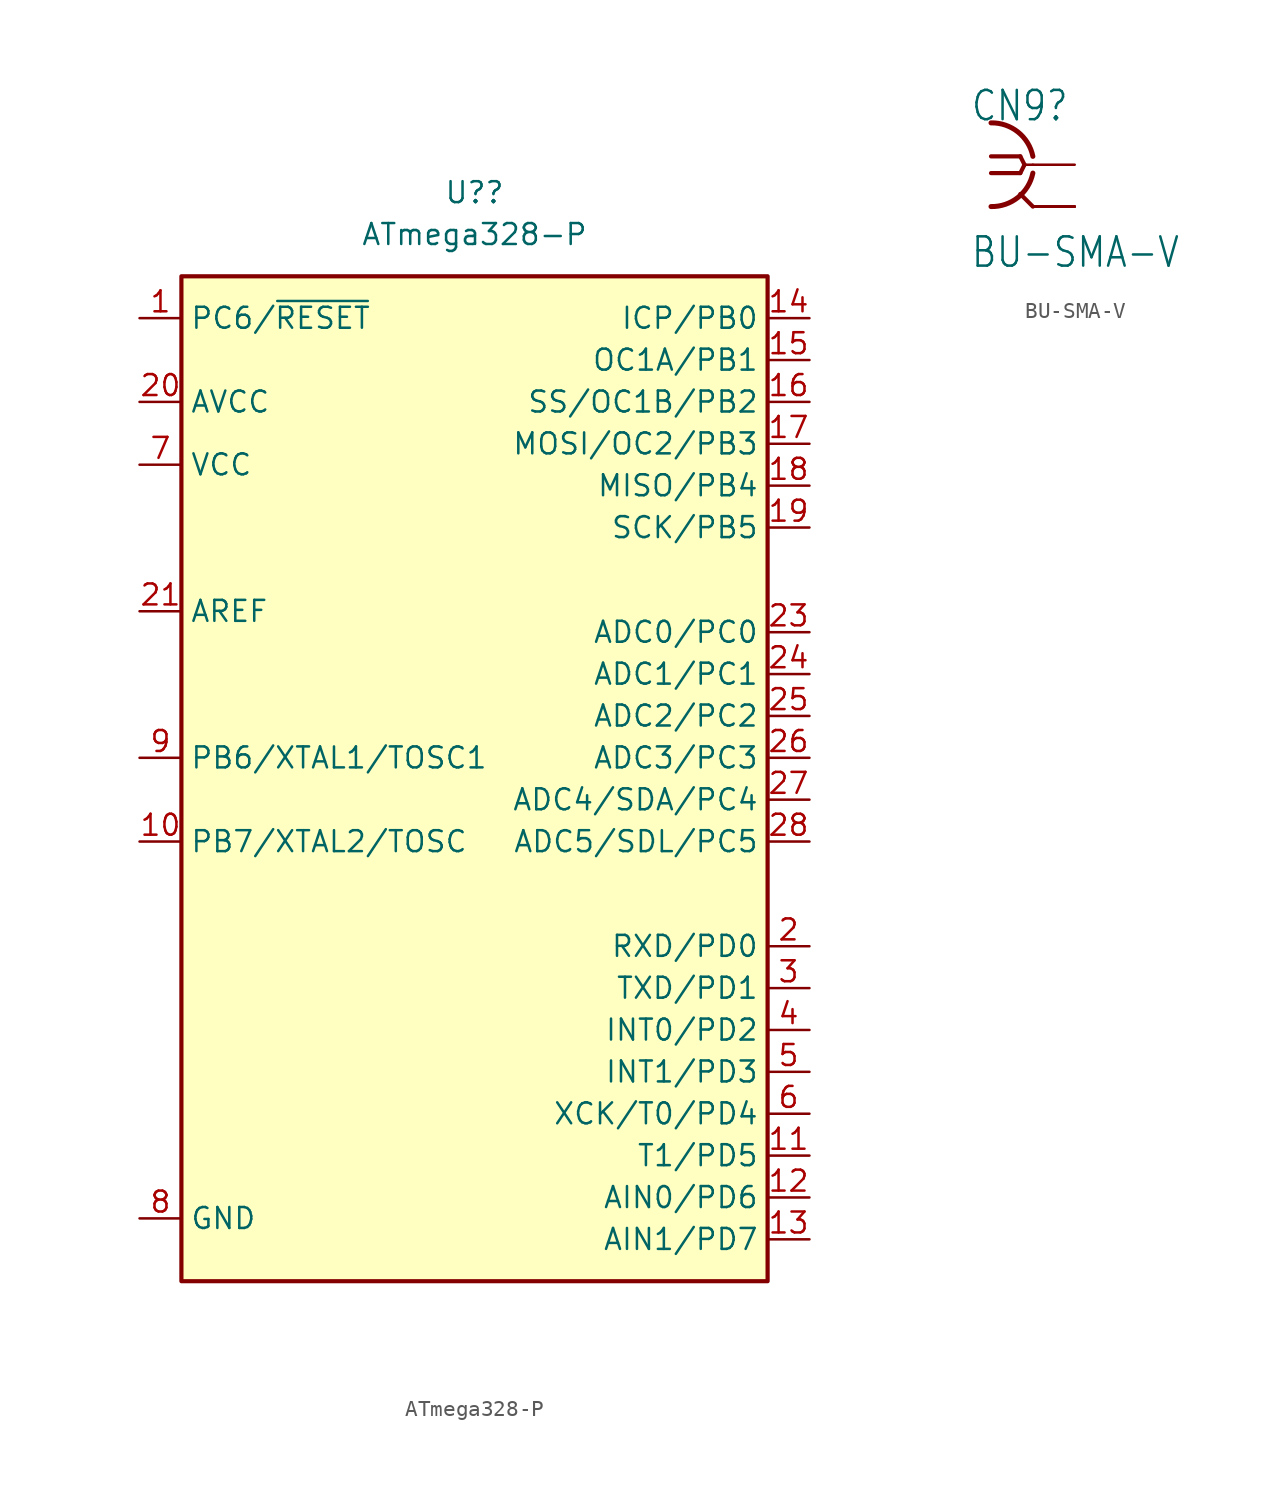
<source format=kicad_sym>
(kicad_symbol_lib
  (version 20211014)
  (generator kicad_symbol_editor)
  (symbol "ATmega328-P"
    (property "Reference" "U?"
      (at 0 35.56 0)
      (effects (font (size 1.27 1.27))))
    (property "Value" "ATmega328-P"
      (at 0 33.02 0)
      (effects (font (size 1.27 1.27))))
    (symbol "ATmega328-P_0_1"
      (rectangle (start -17.78 30.48) (end 17.78 -30.48) (stroke (width 0.254) (type default) (color 0 0 0 0)) (fill (type background))))
    (symbol "ATmega328-P_1_1"
      (pin bidirectional line (at -20.32 27.94 0) (length 2.54) (name "PC6/~{RESET}" (effects (font (size 1.27 1.27)))) (number "1" (effects (font (size 1.27 1.27)))))
      (pin bidirectional line (at -20.32 -3.81 0) (length 2.54) (name "PB7/XTAL2/TOSC" (effects (font (size 1.27 1.27)))) (number "10" (effects (font (size 1.27 1.27)))))
      (pin bidirectional line (at 20.32 -22.86 180) (length 2.54) (name "T1/PD5" (effects (font (size 1.27 1.27)))) (number "11" (effects (font (size 1.27 1.27)))))
      (pin bidirectional line (at 20.32 -25.4 180) (length 2.54) (name "AIN0/PD6" (effects (font (size 1.27 1.27)))) (number "12" (effects (font (size 1.27 1.27)))))
      (pin bidirectional line (at 20.32 -27.94 180) (length 2.54) (name "AIN1/PD7" (effects (font (size 1.27 1.27)))) (number "13" (effects (font (size 1.27 1.27)))))
      (pin bidirectional line (at 20.32 27.94 180) (length 2.54) (name "ICP/PB0" (effects (font (size 1.27 1.27)))) (number "14" (effects (font (size 1.27 1.27)))))
      (pin bidirectional line (at 20.32 25.4 180) (length 2.54) (name "OC1A/PB1" (effects (font (size 1.27 1.27)))) (number "15" (effects (font (size 1.27 1.27)))))
      (pin bidirectional line (at 20.32 22.86 180) (length 2.54) (name "SS/OC1B/PB2" (effects (font (size 1.27 1.27)))) (number "16" (effects (font (size 1.27 1.27)))))
      (pin bidirectional line (at 20.32 20.32 180) (length 2.54) (name "MOSI/OC2/PB3" (effects (font (size 1.27 1.27)))) (number "17" (effects (font (size 1.27 1.27)))))
      (pin bidirectional line (at 20.32 17.78 180) (length 2.54) (name "MISO/PB4" (effects (font (size 1.27 1.27)))) (number "18" (effects (font (size 1.27 1.27)))))
      (pin bidirectional line (at 20.32 15.24 180) (length 2.54) (name "SCK/PB5" (effects (font (size 1.27 1.27)))) (number "19" (effects (font (size 1.27 1.27)))))
      (pin bidirectional line (at 20.32 -10.16 180) (length 2.54) (name "RXD/PD0" (effects (font (size 1.27 1.27)))) (number "2" (effects (font (size 1.27 1.27)))))
      (pin power_in line (at -20.32 22.86 0) (length 2.54) (name "AVCC" (effects (font (size 1.27 1.27)))) (number "20" (effects (font (size 1.27 1.27)))))
      (pin passive line (at -20.32 10.16 0) (length 2.54) (name "AREF" (effects (font (size 1.27 1.27)))) (number "21" (effects (font (size 1.27 1.27)))))
      (pin passive line (at -20.32 -26.67 0) (length 2.54) hide (name "GND" (effects (font (size 1.27 1.27)))) (number "22" (effects (font (size 1.27 1.27)))))
      (pin bidirectional line (at 20.32 8.89 180) (length 2.54) (name "ADC0/PC0" (effects (font (size 1.27 1.27)))) (number "23" (effects (font (size 1.27 1.27)))))
      (pin bidirectional line (at 20.32 6.35 180) (length 2.54) (name "ADC1/PC1" (effects (font (size 1.27 1.27)))) (number "24" (effects (font (size 1.27 1.27)))))
      (pin bidirectional line (at 20.32 3.81 180) (length 2.54) (name "ADC2/PC2" (effects (font (size 1.27 1.27)))) (number "25" (effects (font (size 1.27 1.27)))))
      (pin bidirectional line (at 20.32 1.27 180) (length 2.54) (name "ADC3/PC3" (effects (font (size 1.27 1.27)))) (number "26" (effects (font (size 1.27 1.27)))))
      (pin bidirectional line (at 20.32 -1.27 180) (length 2.54) (name "ADC4/SDA/PC4" (effects (font (size 1.27 1.27)))) (number "27" (effects (font (size 1.27 1.27)))))
      (pin bidirectional line (at 20.32 -3.81 180) (length 2.54) (name "ADC5/SDL/PC5" (effects (font (size 1.27 1.27)))) (number "28" (effects (font (size 1.27 1.27)))))
      (pin bidirectional line (at 20.32 -12.7 180) (length 2.54) (name "TXD/PD1" (effects (font (size 1.27 1.27)))) (number "3" (effects (font (size 1.27 1.27)))))
      (pin bidirectional line (at 20.32 -15.24 180) (length 2.54) (name "INT0/PD2" (effects (font (size 1.27 1.27)))) (number "4" (effects (font (size 1.27 1.27)))))
      (pin bidirectional line (at 20.32 -17.78 180) (length 2.54) (name "INT1/PD3" (effects (font (size 1.27 1.27)))) (number "5" (effects (font (size 1.27 1.27)))))
      (pin bidirectional line (at 20.32 -20.32 180) (length 2.54) (name "XCK/T0/PD4" (effects (font (size 1.27 1.27)))) (number "6" (effects (font (size 1.27 1.27)))))
      (pin power_in line (at -20.32 19.05 0) (length 2.54) (name "VCC" (effects (font (size 1.27 1.27)))) (number "7" (effects (font (size 1.27 1.27)))))
      (pin power_in line (at -20.32 -26.67 0) (length 2.54) (name "GND" (effects (font (size 1.27 1.27)))) (number "8" (effects (font (size 1.27 1.27)))))
      (pin bidirectional line (at -20.32 1.27 0) (length 2.54) (name "PB6/XTAL1/TOSC1" (effects (font (size 1.27 1.27)))) (number "9" (effects (font (size 1.27 1.27)))))))
  (symbol "BU-SMA-V"
    (property "Reference" "CN9"
      (at -3.81 2.54 0)
      (effects (font (size 1.778 1.511)) (justify left bottom)))
    (property "Value" "BU-SMA-V"
      (at -3.81 -6.35 0)
      (effects (font (size 1.778 1.511)) (justify left bottom)))
    (property "ki_locked" ""
      (at 0 0 0)
      (effects (font (size 1.27 1.27))))
    (symbol "BU-SMA-V_1_0"
      (arc (start -2.54 -2.54) (mid -0.9022 -1.9838) (end 0 -0.508) (stroke (width 0.3048) (type default) (color 0 0 0 0)) (fill (type none)))
      (polyline (pts (xy -2.54 0.508) (xy -0.762 0.508)) (stroke (width 0.254) (type default) (color 0 0 0 0)) (fill (type none)))
      (polyline (pts (xy -0.762 -0.508) (xy -2.54 -0.508)) (stroke (width 0.254) (type default) (color 0 0 0 0)) (fill (type none)))
      (polyline (pts (xy -0.762 0.508) (xy -0.508 0)) (stroke (width 0.254) (type default) (color 0 0 0 0)) (fill (type none)))
      (polyline (pts (xy -0.508 0) (xy -0.762 -0.508)) (stroke (width 0.254) (type default) (color 0 0 0 0)) (fill (type none)))
      (polyline (pts (xy 0 -2.54) (xy -0.762 -1.778)) (stroke (width 0.254) (type default) (color 0 0 0 0)) (fill (type none)))
      (polyline (pts (xy 0 0) (xy -0.508 0)) (stroke (width 0.152) (type default) (color 0 0 0 0)) (fill (type none)))
      (arc (start 0 0.508) (mid -0.9022 1.9838) (end -2.54 2.54) (stroke (width 0.3048) (type default) (color 0 0 0 0)) (fill (type none)))
      (pin passive line (at 2.54 0 180) (length 2.54) (name "1" (effects (font (size 0 0)))) (number "1" (effects (font (size 0 0)))))
      (pin passive line (at 2.54 -2.54 180) (length 2.54) (name "2" (effects (font (size 0 0)))) (number "2" (effects (font (size 0 0)))))
      (pin passive line (at 2.54 -2.54 180) (length 2.54) (name "2" (effects (font (size 0 0)))) (number "3" (effects (font (size 0 0)))))
      (pin passive line (at 2.54 -2.54 180) (length 2.54) (name "2" (effects (font (size 0 0)))) (number "4" (effects (font (size 0 0)))))
      (pin passive line (at 2.54 -2.54 180) (length 2.54) (name "2" (effects (font (size 0 0)))) (number "5" (effects (font (size 0 0))))))))
</source>
